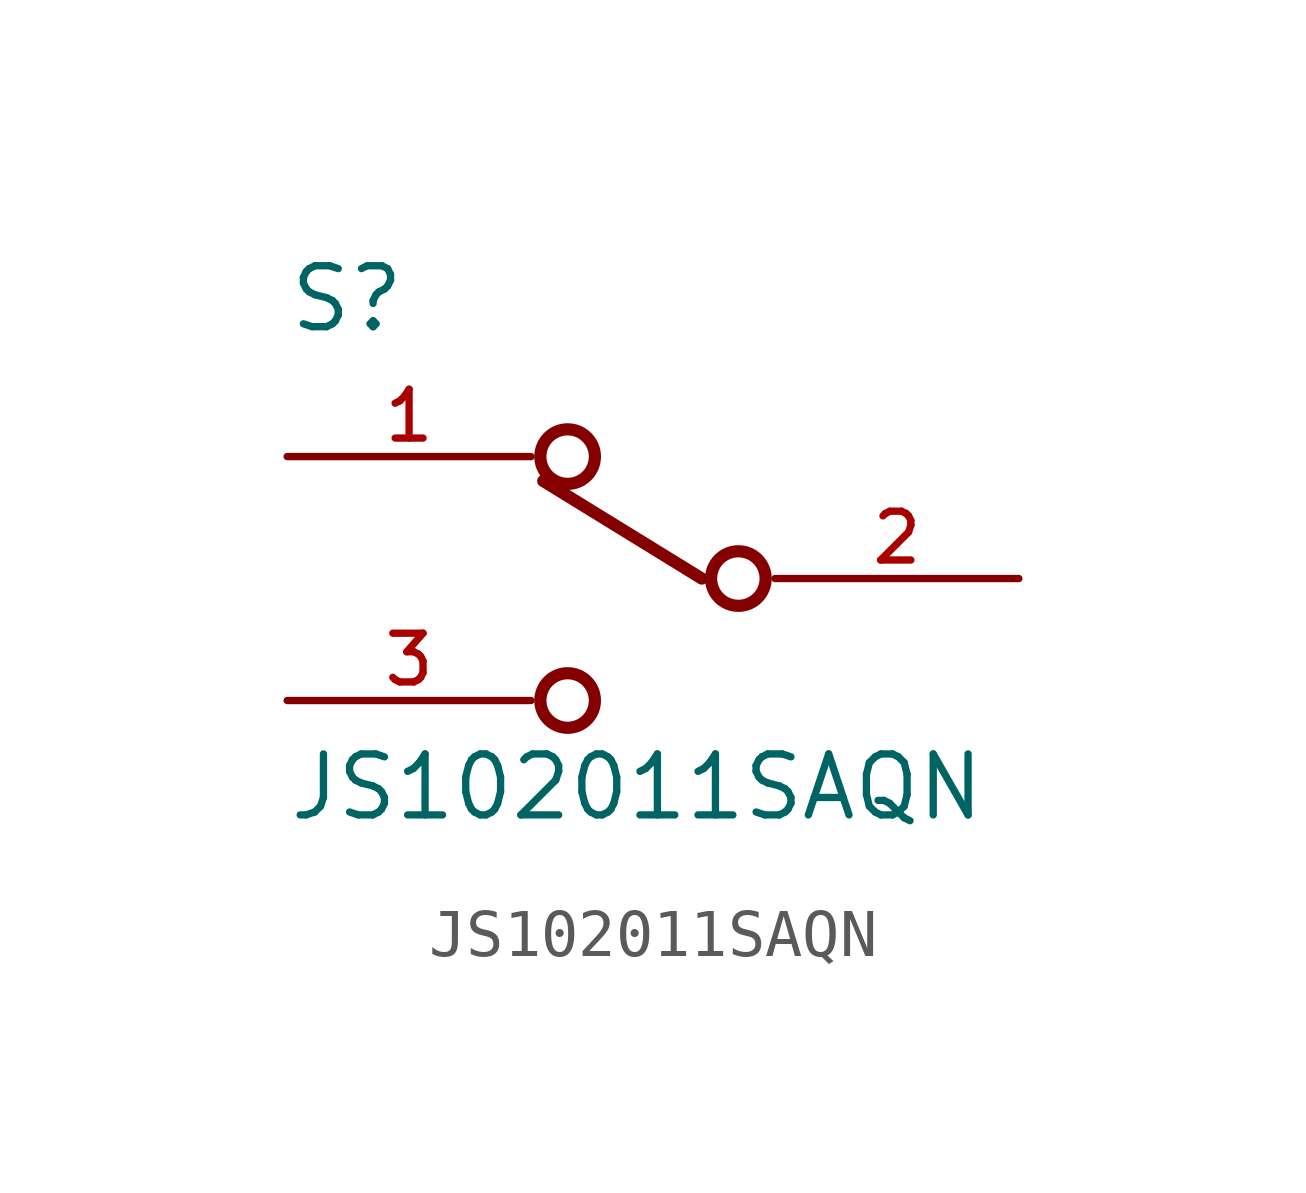
<source format=kicad_sym>
(kicad_symbol_lib
  (version 20211014)
  (generator kicad_symbol_editor)
  (symbol "JS102011SAQN"
    (pin_names
      (offset 1.016))
    (property "Reference" "S"
      (at -7.623 5.082 0)
      (effects (font (size 1.27 1.27)) (justify bottom left)))
    (property "Value" "JS102011SAQN"
      (at -7.629 -5.086 0)
      (effects (font (size 1.27 1.27)) (justify bottom left)))
    (symbol "JS102011SAQN_0_0"
      (circle (center -1.778 2.54) (radius 0.568) (stroke (width 0.254)) (fill (type none)))
      (circle (center -1.778 -2.54) (radius 0.568) (stroke (width 0.254)) (fill (type none)))
      (circle (center 1.778 0.0) (radius 0.568) (stroke (width 0.254)) (fill (type none)))
      (polyline (pts (xy 1.016 0.0) (xy -2.286 2.032)) (stroke (width 0.254)))
      (pin passive line (at -7.62 2.54 0) (length 5.08) (name "~" (effects (font (size 1.016 1.016)))) (number "1" (effects (font (size 1.016 1.016)))))
      (pin passive line (at 7.62 0.0 180.0) (length 5.08) (name "~" (effects (font (size 1.016 1.016)))) (number "2" (effects (font (size 1.016 1.016)))))
      (pin passive line (at -7.62 -2.54 0) (length 5.08) (name "~" (effects (font (size 1.016 1.016)))) (number "3" (effects (font (size 1.016 1.016))))))))
</source>
